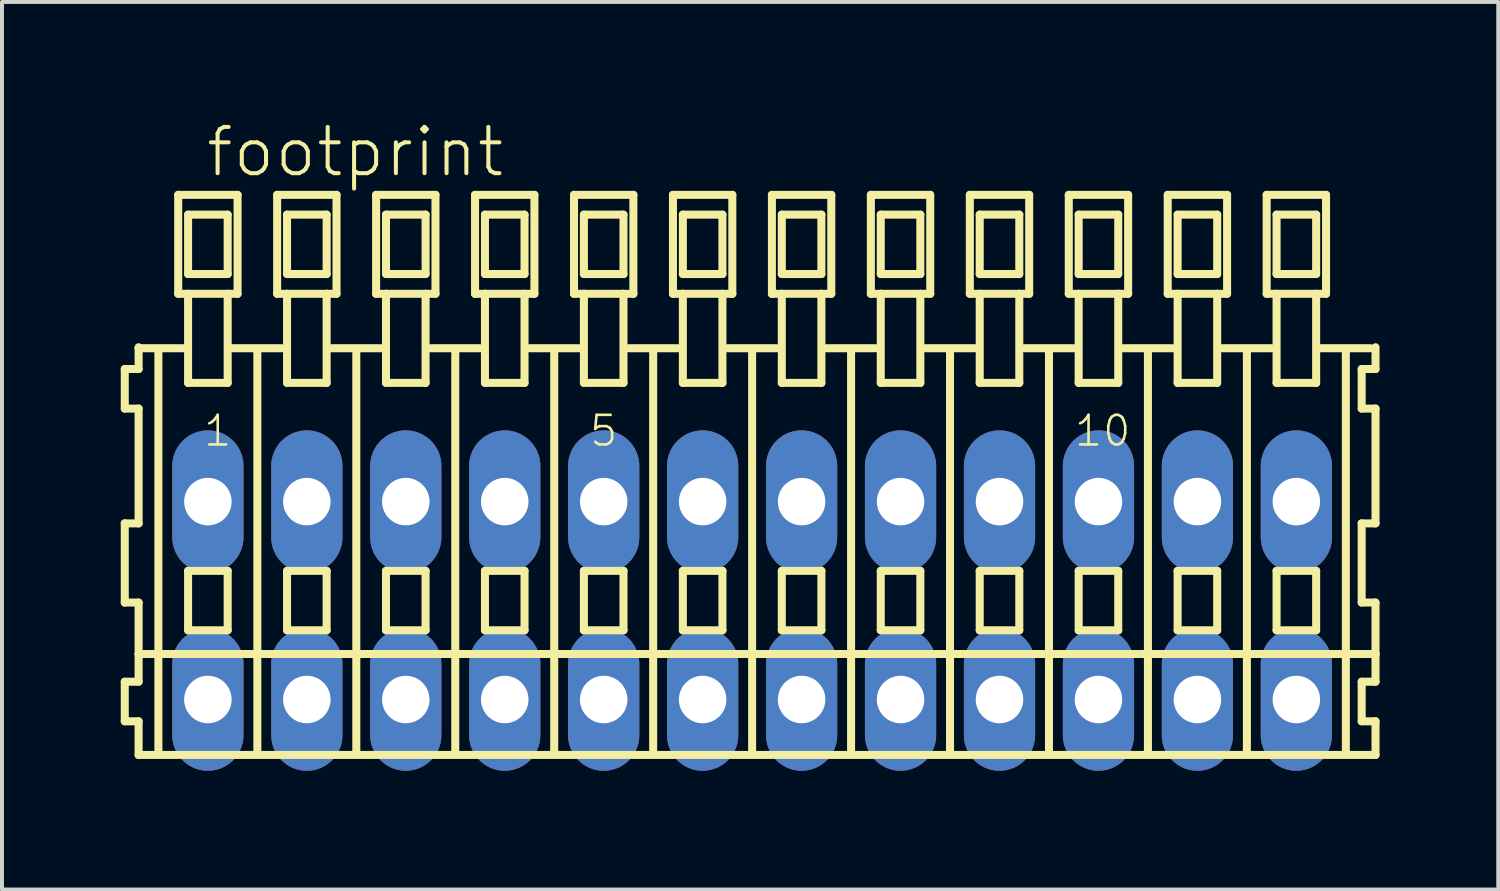
<source format=kicad_pcb>
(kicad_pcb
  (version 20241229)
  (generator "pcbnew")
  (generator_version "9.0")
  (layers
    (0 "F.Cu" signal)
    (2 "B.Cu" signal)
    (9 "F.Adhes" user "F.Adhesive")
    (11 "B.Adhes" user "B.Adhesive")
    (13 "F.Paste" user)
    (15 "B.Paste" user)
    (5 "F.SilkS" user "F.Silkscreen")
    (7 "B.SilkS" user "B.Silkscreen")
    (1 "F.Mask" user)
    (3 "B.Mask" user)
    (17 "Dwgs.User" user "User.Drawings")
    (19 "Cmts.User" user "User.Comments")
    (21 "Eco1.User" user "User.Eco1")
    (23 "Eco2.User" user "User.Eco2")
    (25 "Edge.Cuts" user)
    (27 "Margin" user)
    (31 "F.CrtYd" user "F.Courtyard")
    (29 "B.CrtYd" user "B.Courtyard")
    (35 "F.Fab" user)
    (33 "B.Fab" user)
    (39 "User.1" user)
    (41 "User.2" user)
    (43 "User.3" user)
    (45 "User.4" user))
  (footprint "footprint"
    (layer "F.Cu")
    (at 15.952 12.123)
    (property "Reference" "footprint" (at -13.85 -10.65 0) (layer "F.SilkS") (effects (font (size 1.168 1.168) (thickness 0.102)) (justify left bottom)))
    (fp_line (start -15.85 -5.85) (end -15.85 -4.85) (stroke (width 0.203) (type solid)) (layer "F.SilkS"))
    (fp_line (start -15.85 -4.85) (end -15.5 -4.85) (stroke (width 0.203) (type solid)) (layer "F.SilkS"))
    (fp_line (start -15.85 -1.95) (end -15.85 0.05) (stroke (width 0.203) (type solid)) (layer "F.SilkS"))
    (fp_line (start -15.85 0.05) (end -15.5 0.05) (stroke (width 0.203) (type solid)) (layer "F.SilkS"))
    (fp_line (start -15.85 2.05) (end -15.85 3.05) (stroke (width 0.203) (type solid)) (layer "F.SilkS"))
    (fp_line (start -15.85 3.05) (end -15.5 3.05) (stroke (width 0.203) (type solid)) (layer "F.SilkS"))
    (fp_line (start -15.5 -6.4) (end -15.5 -6.375) (stroke (width 0.203) (type solid)) (layer "F.SilkS"))
    (fp_line (start -15.5 -6.375) (end -15.5 -5.85) (stroke (width 0.203) (type solid)) (layer "F.SilkS"))
    (fp_line (start -15.5 -6.375) (end -14.375 -6.375) (stroke (width 0.203) (type solid)) (layer "F.SilkS"))
    (fp_line (start -15.5 -5.85) (end -15.85 -5.85) (stroke (width 0.203) (type solid)) (layer "F.SilkS"))
    (fp_line (start -15.5 -4.85) (end -15.5 -1.95) (stroke (width 0.203) (type solid)) (layer "F.SilkS"))
    (fp_line (start -15.5 -1.95) (end -15.85 -1.95) (stroke (width 0.203) (type solid)) (layer "F.SilkS"))
    (fp_line (start -15.5 0.05) (end -15.5 1.35) (stroke (width 0.203) (type solid)) (layer "F.SilkS"))
    (fp_line (start -15.5 1.35) (end -15.5 2.05) (stroke (width 0.203) (type solid)) (layer "F.SilkS"))
    (fp_line (start -15.5 1.35) (end 15.75 1.35) (stroke (width 0.203) (type solid)) (layer "F.SilkS"))
    (fp_line (start -15.5 2.05) (end -15.85 2.05) (stroke (width 0.203) (type solid)) (layer "F.SilkS"))
    (fp_line (start -15.5 3.05) (end -15.5 3.9) (stroke (width 0.203) (type solid)) (layer "F.SilkS"))
    (fp_line (start -15.5 3.9) (end 15.75 3.9) (stroke (width 0.203) (type solid)) (layer "F.SilkS"))
    (fp_line (start -15 -6.35) (end -15 3.8) (stroke (width 0.203) (type solid)) (layer "F.SilkS"))
    (fp_line (start -14.5 -10.25) (end -14.5 -7.75) (stroke (width 0.203) (type solid)) (layer "F.SilkS"))
    (fp_line (start -14.5 -7.75) (end -14.25 -7.75) (stroke (width 0.203) (type solid)) (layer "F.SilkS"))
    (fp_line (start -14.25 -9.75) (end -14.25 -8.25) (stroke (width 0.203) (type solid)) (layer "F.SilkS"))
    (fp_line (start -14.25 -8.25) (end -13.25 -8.25) (stroke (width 0.203) (type solid)) (layer "F.SilkS"))
    (fp_line (start -14.25 -7.75) (end -14.25 -5.5) (stroke (width 0.203) (type solid)) (layer "F.SilkS"))
    (fp_line (start -14.25 -7.75) (end -13.25 -7.75) (stroke (width 0.203) (type solid)) (layer "F.SilkS"))
    (fp_line (start -14.25 -5.5) (end -13.25 -5.5) (stroke (width 0.203) (type solid)) (layer "F.SilkS"))
    (fp_line (start -14.25 -0.75) (end -14.25 0.75) (stroke (width 0.203) (type solid)) (layer "F.SilkS"))
    (fp_line (start -14.25 0.75) (end -13.25 0.75) (stroke (width 0.203) (type solid)) (layer "F.SilkS"))
    (fp_line (start -13.25 -9.75) (end -14.25 -9.75) (stroke (width 0.203) (type solid)) (layer "F.SilkS"))
    (fp_line (start -13.25 -8.25) (end -13.25 -9.75) (stroke (width 0.203) (type solid)) (layer "F.SilkS"))
    (fp_line (start -13.25 -7.75) (end -13 -7.75) (stroke (width 0.203) (type solid)) (layer "F.SilkS"))
    (fp_line (start -13.25 -5.5) (end -13.25 -7.75) (stroke (width 0.203) (type solid)) (layer "F.SilkS"))
    (fp_line (start -13.25 -0.75) (end -14.25 -0.75) (stroke (width 0.203) (type solid)) (layer "F.SilkS"))
    (fp_line (start -13.25 0.75) (end -13.25 -0.75) (stroke (width 0.203) (type solid)) (layer "F.SilkS"))
    (fp_line (start -13.125 -6.375) (end -11.875 -6.375) (stroke (width 0.203) (type solid)) (layer "F.SilkS"))
    (fp_line (start -13 -10.25) (end -14.5 -10.25) (stroke (width 0.203) (type solid)) (layer "F.SilkS"))
    (fp_line (start -13 -7.75) (end -13 -10.25) (stroke (width 0.203) (type solid)) (layer "F.SilkS"))
    (fp_line (start -12.5 -6.35) (end -12.5 3.8) (stroke (width 0.203) (type solid)) (layer "F.SilkS"))
    (fp_line (start -12 -10.25) (end -12 -7.75) (stroke (width 0.203) (type solid)) (layer "F.SilkS"))
    (fp_line (start -12 -7.75) (end -11.75 -7.75) (stroke (width 0.203) (type solid)) (layer "F.SilkS"))
    (fp_line (start -11.75 -9.75) (end -11.75 -8.25) (stroke (width 0.203) (type solid)) (layer "F.SilkS"))
    (fp_line (start -11.75 -8.25) (end -10.75 -8.25) (stroke (width 0.203) (type solid)) (layer "F.SilkS"))
    (fp_line (start -11.75 -7.75) (end -11.75 -5.5) (stroke (width 0.203) (type solid)) (layer "F.SilkS"))
    (fp_line (start -11.75 -7.75) (end -10.75 -7.75) (stroke (width 0.203) (type solid)) (layer "F.SilkS"))
    (fp_line (start -11.75 -5.5) (end -10.75 -5.5) (stroke (width 0.203) (type solid)) (layer "F.SilkS"))
    (fp_line (start -11.75 -0.75) (end -11.75 0.75) (stroke (width 0.203) (type solid)) (layer "F.SilkS"))
    (fp_line (start -11.75 0.75) (end -10.75 0.75) (stroke (width 0.203) (type solid)) (layer "F.SilkS"))
    (fp_line (start -10.75 -9.75) (end -11.75 -9.75) (stroke (width 0.203) (type solid)) (layer "F.SilkS"))
    (fp_line (start -10.75 -8.25) (end -10.75 -9.75) (stroke (width 0.203) (type solid)) (layer "F.SilkS"))
    (fp_line (start -10.75 -7.75) (end -10.5 -7.75) (stroke (width 0.203) (type solid)) (layer "F.SilkS"))
    (fp_line (start -10.75 -5.5) (end -10.75 -7.75) (stroke (width 0.203) (type solid)) (layer "F.SilkS"))
    (fp_line (start -10.75 -0.75) (end -11.75 -0.75) (stroke (width 0.203) (type solid)) (layer "F.SilkS"))
    (fp_line (start -10.75 0.75) (end -10.75 -0.75) (stroke (width 0.203) (type solid)) (layer "F.SilkS"))
    (fp_line (start -10.625 -6.375) (end -9.375 -6.375) (stroke (width 0.203) (type solid)) (layer "F.SilkS"))
    (fp_line (start -10.5 -10.25) (end -12 -10.25) (stroke (width 0.203) (type solid)) (layer "F.SilkS"))
    (fp_line (start -10.5 -7.75) (end -10.5 -10.25) (stroke (width 0.203) (type solid)) (layer "F.SilkS"))
    (fp_line (start -10 -6.35) (end -10 3.8) (stroke (width 0.203) (type solid)) (layer "F.SilkS"))
    (fp_line (start -9.5 -10.25) (end -9.5 -7.75) (stroke (width 0.203) (type solid)) (layer "F.SilkS"))
    (fp_line (start -9.5 -7.75) (end -9.25 -7.75) (stroke (width 0.203) (type solid)) (layer "F.SilkS"))
    (fp_line (start -9.25 -9.75) (end -9.25 -8.25) (stroke (width 0.203) (type solid)) (layer "F.SilkS"))
    (fp_line (start -9.25 -8.25) (end -8.25 -8.25) (stroke (width 0.203) (type solid)) (layer "F.SilkS"))
    (fp_line (start -9.25 -7.75) (end -9.25 -5.5) (stroke (width 0.203) (type solid)) (layer "F.SilkS"))
    (fp_line (start -9.25 -7.75) (end -8.25 -7.75) (stroke (width 0.203) (type solid)) (layer "F.SilkS"))
    (fp_line (start -9.25 -5.5) (end -8.25 -5.5) (stroke (width 0.203) (type solid)) (layer "F.SilkS"))
    (fp_line (start -9.25 -0.75) (end -9.25 0.75) (stroke (width 0.203) (type solid)) (layer "F.SilkS"))
    (fp_line (start -9.25 0.75) (end -8.25 0.75) (stroke (width 0.203) (type solid)) (layer "F.SilkS"))
    (fp_line (start -8.25 -9.75) (end -9.25 -9.75) (stroke (width 0.203) (type solid)) (layer "F.SilkS"))
    (fp_line (start -8.25 -8.25) (end -8.25 -9.75) (stroke (width 0.203) (type solid)) (layer "F.SilkS"))
    (fp_line (start -8.25 -7.75) (end -8 -7.75) (stroke (width 0.203) (type solid)) (layer "F.SilkS"))
    (fp_line (start -8.25 -5.5) (end -8.25 -7.75) (stroke (width 0.203) (type solid)) (layer "F.SilkS"))
    (fp_line (start -8.25 -0.75) (end -9.25 -0.75) (stroke (width 0.203) (type solid)) (layer "F.SilkS"))
    (fp_line (start -8.25 0.75) (end -8.25 -0.75) (stroke (width 0.203) (type solid)) (layer "F.SilkS"))
    (fp_line (start -8.125 -6.375) (end -6.875 -6.375) (stroke (width 0.203) (type solid)) (layer "F.SilkS"))
    (fp_line (start -8 -10.25) (end -9.5 -10.25) (stroke (width 0.203) (type solid)) (layer "F.SilkS"))
    (fp_line (start -8 -7.75) (end -8 -10.25) (stroke (width 0.203) (type solid)) (layer "F.SilkS"))
    (fp_line (start -7.5 -6.35) (end -7.5 3.8) (stroke (width 0.203) (type solid)) (layer "F.SilkS"))
    (fp_line (start -7 -10.25) (end -7 -7.75) (stroke (width 0.203) (type solid)) (layer "F.SilkS"))
    (fp_line (start -7 -7.75) (end -6.75 -7.75) (stroke (width 0.203) (type solid)) (layer "F.SilkS"))
    (fp_line (start -6.75 -9.75) (end -6.75 -8.25) (stroke (width 0.203) (type solid)) (layer "F.SilkS"))
    (fp_line (start -6.75 -8.25) (end -5.75 -8.25) (stroke (width 0.203) (type solid)) (layer "F.SilkS"))
    (fp_line (start -6.75 -7.75) (end -6.75 -5.5) (stroke (width 0.203) (type solid)) (layer "F.SilkS"))
    (fp_line (start -6.75 -7.75) (end -5.75 -7.75) (stroke (width 0.203) (type solid)) (layer "F.SilkS"))
    (fp_line (start -6.75 -5.5) (end -5.75 -5.5) (stroke (width 0.203) (type solid)) (layer "F.SilkS"))
    (fp_line (start -6.75 -0.75) (end -6.75 0.75) (stroke (width 0.203) (type solid)) (layer "F.SilkS"))
    (fp_line (start -6.75 0.75) (end -5.75 0.75) (stroke (width 0.203) (type solid)) (layer "F.SilkS"))
    (fp_line (start -5.75 -9.75) (end -6.75 -9.75) (stroke (width 0.203) (type solid)) (layer "F.SilkS"))
    (fp_line (start -5.75 -8.25) (end -5.75 -9.75) (stroke (width 0.203) (type solid)) (layer "F.SilkS"))
    (fp_line (start -5.75 -7.75) (end -5.5 -7.75) (stroke (width 0.203) (type solid)) (layer "F.SilkS"))
    (fp_line (start -5.75 -5.5) (end -5.75 -7.75) (stroke (width 0.203) (type solid)) (layer "F.SilkS"))
    (fp_line (start -5.75 -0.75) (end -6.75 -0.75) (stroke (width 0.203) (type solid)) (layer "F.SilkS"))
    (fp_line (start -5.75 0.75) (end -5.75 -0.75) (stroke (width 0.203) (type solid)) (layer "F.SilkS"))
    (fp_line (start -5.625 -6.375) (end -4.375 -6.375) (stroke (width 0.203) (type solid)) (layer "F.SilkS"))
    (fp_line (start -5.5 -10.25) (end -7 -10.25) (stroke (width 0.203) (type solid)) (layer "F.SilkS"))
    (fp_line (start -5.5 -7.75) (end -5.5 -10.25) (stroke (width 0.203) (type solid)) (layer "F.SilkS"))
    (fp_line (start -5 -6.35) (end -5 3.8) (stroke (width 0.203) (type solid)) (layer "F.SilkS"))
    (fp_line (start -4.5 -10.25) (end -4.5 -7.75) (stroke (width 0.203) (type solid)) (layer "F.SilkS"))
    (fp_line (start -4.5 -7.75) (end -4.25 -7.75) (stroke (width 0.203) (type solid)) (layer "F.SilkS"))
    (fp_line (start -4.25 -9.75) (end -4.25 -8.25) (stroke (width 0.203) (type solid)) (layer "F.SilkS"))
    (fp_line (start -4.25 -8.25) (end -3.25 -8.25) (stroke (width 0.203) (type solid)) (layer "F.SilkS"))
    (fp_line (start -4.25 -7.75) (end -4.25 -5.5) (stroke (width 0.203) (type solid)) (layer "F.SilkS"))
    (fp_line (start -4.25 -7.75) (end -3.25 -7.75) (stroke (width 0.203) (type solid)) (layer "F.SilkS"))
    (fp_line (start -4.25 -5.5) (end -3.25 -5.5) (stroke (width 0.203) (type solid)) (layer "F.SilkS"))
    (fp_line (start -4.25 -0.75) (end -4.25 0.75) (stroke (width 0.203) (type solid)) (layer "F.SilkS"))
    (fp_line (start -4.25 0.75) (end -3.25 0.75) (stroke (width 0.203) (type solid)) (layer "F.SilkS"))
    (fp_line (start -3.25 -9.75) (end -4.25 -9.75) (stroke (width 0.203) (type solid)) (layer "F.SilkS"))
    (fp_line (start -3.25 -8.25) (end -3.25 -9.75) (stroke (width 0.203) (type solid)) (layer "F.SilkS"))
    (fp_line (start -3.25 -7.75) (end -3 -7.75) (stroke (width 0.203) (type solid)) (layer "F.SilkS"))
    (fp_line (start -3.25 -5.5) (end -3.25 -7.75) (stroke (width 0.203) (type solid)) (layer "F.SilkS"))
    (fp_line (start -3.25 -0.75) (end -4.25 -0.75) (stroke (width 0.203) (type solid)) (layer "F.SilkS"))
    (fp_line (start -3.25 0.75) (end -3.25 -0.75) (stroke (width 0.203) (type solid)) (layer "F.SilkS"))
    (fp_line (start -3.125 -6.375) (end -1.875 -6.375) (stroke (width 0.203) (type solid)) (layer "F.SilkS"))
    (fp_line (start -3 -10.25) (end -4.5 -10.25) (stroke (width 0.203) (type solid)) (layer "F.SilkS"))
    (fp_line (start -3 -7.75) (end -3 -10.25) (stroke (width 0.203) (type solid)) (layer "F.SilkS"))
    (fp_line (start -2.5 -6.35) (end -2.5 3.8) (stroke (width 0.203) (type solid)) (layer "F.SilkS"))
    (fp_line (start -2 -10.25) (end -2 -7.75) (stroke (width 0.203) (type solid)) (layer "F.SilkS"))
    (fp_line (start -2 -7.75) (end -1.75 -7.75) (stroke (width 0.203) (type solid)) (layer "F.SilkS"))
    (fp_line (start -1.75 -9.75) (end -1.75 -8.25) (stroke (width 0.203) (type solid)) (layer "F.SilkS"))
    (fp_line (start -1.75 -8.25) (end -0.75 -8.25) (stroke (width 0.203) (type solid)) (layer "F.SilkS"))
    (fp_line (start -1.75 -7.75) (end -1.75 -5.5) (stroke (width 0.203) (type solid)) (layer "F.SilkS"))
    (fp_line (start -1.75 -7.75) (end -0.75 -7.75) (stroke (width 0.203) (type solid)) (layer "F.SilkS"))
    (fp_line (start -1.75 -5.5) (end -0.75 -5.5) (stroke (width 0.203) (type solid)) (layer "F.SilkS"))
    (fp_line (start -1.75 -0.75) (end -1.75 0.75) (stroke (width 0.203) (type solid)) (layer "F.SilkS"))
    (fp_line (start -1.75 0.75) (end -0.75 0.75) (stroke (width 0.203) (type solid)) (layer "F.SilkS"))
    (fp_line (start -0.75 -9.75) (end -1.75 -9.75) (stroke (width 0.203) (type solid)) (layer "F.SilkS"))
    (fp_line (start -0.75 -8.25) (end -0.75 -9.75) (stroke (width 0.203) (type solid)) (layer "F.SilkS"))
    (fp_line (start -0.75 -7.75) (end -0.5 -7.75) (stroke (width 0.203) (type solid)) (layer "F.SilkS"))
    (fp_line (start -0.75 -5.5) (end -0.75 -7.75) (stroke (width 0.203) (type solid)) (layer "F.SilkS"))
    (fp_line (start -0.75 -0.75) (end -1.75 -0.75) (stroke (width 0.203) (type solid)) (layer "F.SilkS"))
    (fp_line (start -0.75 0.75) (end -0.75 -0.75) (stroke (width 0.203) (type solid)) (layer "F.SilkS"))
    (fp_line (start -0.625 -6.375) (end 0.625 -6.375) (stroke (width 0.203) (type solid)) (layer "F.SilkS"))
    (fp_line (start -0.5 -10.25) (end -2 -10.25) (stroke (width 0.203) (type solid)) (layer "F.SilkS"))
    (fp_line (start -0.5 -7.75) (end -0.5 -10.25) (stroke (width 0.203) (type solid)) (layer "F.SilkS"))
    (fp_line (start 0 -6.35) (end 0 3.8) (stroke (width 0.203) (type solid)) (layer "F.SilkS"))
    (fp_line (start 0.5 -10.25) (end 0.5 -7.75) (stroke (width 0.203) (type solid)) (layer "F.SilkS"))
    (fp_line (start 0.5 -7.75) (end 0.75 -7.75) (stroke (width 0.203) (type solid)) (layer "F.SilkS"))
    (fp_line (start 0.75 -9.75) (end 0.75 -8.25) (stroke (width 0.203) (type solid)) (layer "F.SilkS"))
    (fp_line (start 0.75 -8.25) (end 1.75 -8.25) (stroke (width 0.203) (type solid)) (layer "F.SilkS"))
    (fp_line (start 0.75 -7.75) (end 0.75 -5.5) (stroke (width 0.203) (type solid)) (layer "F.SilkS"))
    (fp_line (start 0.75 -7.75) (end 1.75 -7.75) (stroke (width 0.203) (type solid)) (layer "F.SilkS"))
    (fp_line (start 0.75 -5.5) (end 1.75 -5.5) (stroke (width 0.203) (type solid)) (layer "F.SilkS"))
    (fp_line (start 0.75 -0.75) (end 0.75 0.75) (stroke (width 0.203) (type solid)) (layer "F.SilkS"))
    (fp_line (start 0.75 0.75) (end 1.75 0.75) (stroke (width 0.203) (type solid)) (layer "F.SilkS"))
    (fp_line (start 1.75 -9.75) (end 0.75 -9.75) (stroke (width 0.203) (type solid)) (layer "F.SilkS"))
    (fp_line (start 1.75 -8.25) (end 1.75 -9.75) (stroke (width 0.203) (type solid)) (layer "F.SilkS"))
    (fp_line (start 1.75 -7.75) (end 2 -7.75) (stroke (width 0.203) (type solid)) (layer "F.SilkS"))
    (fp_line (start 1.75 -5.5) (end 1.75 -7.75) (stroke (width 0.203) (type solid)) (layer "F.SilkS"))
    (fp_line (start 1.75 -0.75) (end 0.75 -0.75) (stroke (width 0.203) (type solid)) (layer "F.SilkS"))
    (fp_line (start 1.75 0.75) (end 1.75 -0.75) (stroke (width 0.203) (type solid)) (layer "F.SilkS"))
    (fp_line (start 1.875 -6.375) (end 3.125 -6.375) (stroke (width 0.203) (type solid)) (layer "F.SilkS"))
    (fp_line (start 2 -10.25) (end 0.5 -10.25) (stroke (width 0.203) (type solid)) (layer "F.SilkS"))
    (fp_line (start 2 -7.75) (end 2 -10.25) (stroke (width 0.203) (type solid)) (layer "F.SilkS"))
    (fp_line (start 2.5 -6.35) (end 2.5 3.8) (stroke (width 0.203) (type solid)) (layer "F.SilkS"))
    (fp_line (start 3 -10.25) (end 3 -7.75) (stroke (width 0.203) (type solid)) (layer "F.SilkS"))
    (fp_line (start 3 -7.75) (end 3.25 -7.75) (stroke (width 0.203) (type solid)) (layer "F.SilkS"))
    (fp_line (start 3.25 -9.75) (end 3.25 -8.25) (stroke (width 0.203) (type solid)) (layer "F.SilkS"))
    (fp_line (start 3.25 -8.25) (end 4.25 -8.25) (stroke (width 0.203) (type solid)) (layer "F.SilkS"))
    (fp_line (start 3.25 -7.75) (end 3.25 -5.5) (stroke (width 0.203) (type solid)) (layer "F.SilkS"))
    (fp_line (start 3.25 -7.75) (end 4.25 -7.75) (stroke (width 0.203) (type solid)) (layer "F.SilkS"))
    (fp_line (start 3.25 -5.5) (end 4.25 -5.5) (stroke (width 0.203) (type solid)) (layer "F.SilkS"))
    (fp_line (start 3.25 -0.75) (end 3.25 0.75) (stroke (width 0.203) (type solid)) (layer "F.SilkS"))
    (fp_line (start 3.25 0.75) (end 4.25 0.75) (stroke (width 0.203) (type solid)) (layer "F.SilkS"))
    (fp_line (start 4.25 -9.75) (end 3.25 -9.75) (stroke (width 0.203) (type solid)) (layer "F.SilkS"))
    (fp_line (start 4.25 -8.25) (end 4.25 -9.75) (stroke (width 0.203) (type solid)) (layer "F.SilkS"))
    (fp_line (start 4.25 -7.75) (end 4.5 -7.75) (stroke (width 0.203) (type solid)) (layer "F.SilkS"))
    (fp_line (start 4.25 -5.5) (end 4.25 -7.75) (stroke (width 0.203) (type solid)) (layer "F.SilkS"))
    (fp_line (start 4.25 -0.75) (end 3.25 -0.75) (stroke (width 0.203) (type solid)) (layer "F.SilkS"))
    (fp_line (start 4.25 0.75) (end 4.25 -0.75) (stroke (width 0.203) (type solid)) (layer "F.SilkS"))
    (fp_line (start 4.375 -6.375) (end 5.625 -6.375) (stroke (width 0.203) (type solid)) (layer "F.SilkS"))
    (fp_line (start 4.5 -10.25) (end 3 -10.25) (stroke (width 0.203) (type solid)) (layer "F.SilkS"))
    (fp_line (start 4.5 -7.75) (end 4.5 -10.25) (stroke (width 0.203) (type solid)) (layer "F.SilkS"))
    (fp_line (start 5 -6.35) (end 5 3.8) (stroke (width 0.203) (type solid)) (layer "F.SilkS"))
    (fp_line (start 5.5 -10.25) (end 5.5 -7.75) (stroke (width 0.203) (type solid)) (layer "F.SilkS"))
    (fp_line (start 5.5 -7.75) (end 5.75 -7.75) (stroke (width 0.203) (type solid)) (layer "F.SilkS"))
    (fp_line (start 5.75 -9.75) (end 5.75 -8.25) (stroke (width 0.203) (type solid)) (layer "F.SilkS"))
    (fp_line (start 5.75 -8.25) (end 6.75 -8.25) (stroke (width 0.203) (type solid)) (layer "F.SilkS"))
    (fp_line (start 5.75 -7.75) (end 5.75 -5.5) (stroke (width 0.203) (type solid)) (layer "F.SilkS"))
    (fp_line (start 5.75 -7.75) (end 6.75 -7.75) (stroke (width 0.203) (type solid)) (layer "F.SilkS"))
    (fp_line (start 5.75 -5.5) (end 6.75 -5.5) (stroke (width 0.203) (type solid)) (layer "F.SilkS"))
    (fp_line (start 5.75 -0.75) (end 5.75 0.75) (stroke (width 0.203) (type solid)) (layer "F.SilkS"))
    (fp_line (start 5.75 0.75) (end 6.75 0.75) (stroke (width 0.203) (type solid)) (layer "F.SilkS"))
    (fp_line (start 6.75 -9.75) (end 5.75 -9.75) (stroke (width 0.203) (type solid)) (layer "F.SilkS"))
    (fp_line (start 6.75 -8.25) (end 6.75 -9.75) (stroke (width 0.203) (type solid)) (layer "F.SilkS"))
    (fp_line (start 6.75 -7.75) (end 7 -7.75) (stroke (width 0.203) (type solid)) (layer "F.SilkS"))
    (fp_line (start 6.75 -5.5) (end 6.75 -7.75) (stroke (width 0.203) (type solid)) (layer "F.SilkS"))
    (fp_line (start 6.75 -0.75) (end 5.75 -0.75) (stroke (width 0.203) (type solid)) (layer "F.SilkS"))
    (fp_line (start 6.75 0.75) (end 6.75 -0.75) (stroke (width 0.203) (type solid)) (layer "F.SilkS"))
    (fp_line (start 6.875 -6.375) (end 8.125 -6.375) (stroke (width 0.203) (type solid)) (layer "F.SilkS"))
    (fp_line (start 7 -10.25) (end 5.5 -10.25) (stroke (width 0.203) (type solid)) (layer "F.SilkS"))
    (fp_line (start 7 -7.75) (end 7 -10.25) (stroke (width 0.203) (type solid)) (layer "F.SilkS"))
    (fp_line (start 7.5 -6.35) (end 7.5 3.8) (stroke (width 0.203) (type solid)) (layer "F.SilkS"))
    (fp_line (start 8 -10.25) (end 8 -7.75) (stroke (width 0.203) (type solid)) (layer "F.SilkS"))
    (fp_line (start 8 -7.75) (end 8.25 -7.75) (stroke (width 0.203) (type solid)) (layer "F.SilkS"))
    (fp_line (start 8.25 -9.75) (end 8.25 -8.25) (stroke (width 0.203) (type solid)) (layer "F.SilkS"))
    (fp_line (start 8.25 -8.25) (end 9.25 -8.25) (stroke (width 0.203) (type solid)) (layer "F.SilkS"))
    (fp_line (start 8.25 -7.75) (end 8.25 -5.5) (stroke (width 0.203) (type solid)) (layer "F.SilkS"))
    (fp_line (start 8.25 -7.75) (end 9.25 -7.75) (stroke (width 0.203) (type solid)) (layer "F.SilkS"))
    (fp_line (start 8.25 -5.5) (end 9.25 -5.5) (stroke (width 0.203) (type solid)) (layer "F.SilkS"))
    (fp_line (start 8.25 -0.75) (end 8.25 0.75) (stroke (width 0.203) (type solid)) (layer "F.SilkS"))
    (fp_line (start 8.25 0.75) (end 9.25 0.75) (stroke (width 0.203) (type solid)) (layer "F.SilkS"))
    (fp_line (start 9.25 -9.75) (end 8.25 -9.75) (stroke (width 0.203) (type solid)) (layer "F.SilkS"))
    (fp_line (start 9.25 -8.25) (end 9.25 -9.75) (stroke (width 0.203) (type solid)) (layer "F.SilkS"))
    (fp_line (start 9.25 -7.75) (end 9.5 -7.75) (stroke (width 0.203) (type solid)) (layer "F.SilkS"))
    (fp_line (start 9.25 -5.5) (end 9.25 -7.75) (stroke (width 0.203) (type solid)) (layer "F.SilkS"))
    (fp_line (start 9.25 -0.75) (end 8.25 -0.75) (stroke (width 0.203) (type solid)) (layer "F.SilkS"))
    (fp_line (start 9.25 0.75) (end 9.25 -0.75) (stroke (width 0.203) (type solid)) (layer "F.SilkS"))
    (fp_line (start 9.375 -6.375) (end 10.625 -6.375) (stroke (width 0.203) (type solid)) (layer "F.SilkS"))
    (fp_line (start 9.5 -10.25) (end 8 -10.25) (stroke (width 0.203) (type solid)) (layer "F.SilkS"))
    (fp_line (start 9.5 -7.75) (end 9.5 -10.25) (stroke (width 0.203) (type solid)) (layer "F.SilkS"))
    (fp_line (start 10 -6.35) (end 10 3.8) (stroke (width 0.203) (type solid)) (layer "F.SilkS"))
    (fp_line (start 10.5 -10.25) (end 10.5 -7.75) (stroke (width 0.203) (type solid)) (layer "F.SilkS"))
    (fp_line (start 10.5 -7.75) (end 10.75 -7.75) (stroke (width 0.203) (type solid)) (layer "F.SilkS"))
    (fp_line (start 10.75 -9.75) (end 10.75 -8.25) (stroke (width 0.203) (type solid)) (layer "F.SilkS"))
    (fp_line (start 10.75 -8.25) (end 11.75 -8.25) (stroke (width 0.203) (type solid)) (layer "F.SilkS"))
    (fp_line (start 10.75 -7.75) (end 10.75 -5.5) (stroke (width 0.203) (type solid)) (layer "F.SilkS"))
    (fp_line (start 10.75 -7.75) (end 11.75 -7.75) (stroke (width 0.203) (type solid)) (layer "F.SilkS"))
    (fp_line (start 10.75 -5.5) (end 11.75 -5.5) (stroke (width 0.203) (type solid)) (layer "F.SilkS"))
    (fp_line (start 10.75 -0.75) (end 10.75 0.75) (stroke (width 0.203) (type solid)) (layer "F.SilkS"))
    (fp_line (start 10.75 0.75) (end 11.75 0.75) (stroke (width 0.203) (type solid)) (layer "F.SilkS"))
    (fp_line (start 11.75 -9.75) (end 10.75 -9.75) (stroke (width 0.203) (type solid)) (layer "F.SilkS"))
    (fp_line (start 11.75 -8.25) (end 11.75 -9.75) (stroke (width 0.203) (type solid)) (layer "F.SilkS"))
    (fp_line (start 11.75 -7.75) (end 12 -7.75) (stroke (width 0.203) (type solid)) (layer "F.SilkS"))
    (fp_line (start 11.75 -5.5) (end 11.75 -7.75) (stroke (width 0.203) (type solid)) (layer "F.SilkS"))
    (fp_line (start 11.75 -0.75) (end 10.75 -0.75) (stroke (width 0.203) (type solid)) (layer "F.SilkS"))
    (fp_line (start 11.75 0.75) (end 11.75 -0.75) (stroke (width 0.203) (type solid)) (layer "F.SilkS"))
    (fp_line (start 11.875 -6.375) (end 13.125 -6.375) (stroke (width 0.203) (type solid)) (layer "F.SilkS"))
    (fp_line (start 12 -10.25) (end 10.5 -10.25) (stroke (width 0.203) (type solid)) (layer "F.SilkS"))
    (fp_line (start 12 -7.75) (end 12 -10.25) (stroke (width 0.203) (type solid)) (layer "F.SilkS"))
    (fp_line (start 12.5 -6.35) (end 12.5 3.8) (stroke (width 0.203) (type solid)) (layer "F.SilkS"))
    (fp_line (start 13 -10.25) (end 13 -7.75) (stroke (width 0.203) (type solid)) (layer "F.SilkS"))
    (fp_line (start 13 -7.75) (end 13.25 -7.75) (stroke (width 0.203) (type solid)) (layer "F.SilkS"))
    (fp_line (start 13.25 -9.75) (end 13.25 -8.25) (stroke (width 0.203) (type solid)) (layer "F.SilkS"))
    (fp_line (start 13.25 -8.25) (end 14.25 -8.25) (stroke (width 0.203) (type solid)) (layer "F.SilkS"))
    (fp_line (start 13.25 -7.75) (end 13.25 -5.5) (stroke (width 0.203) (type solid)) (layer "F.SilkS"))
    (fp_line (start 13.25 -7.75) (end 14.25 -7.75) (stroke (width 0.203) (type solid)) (layer "F.SilkS"))
    (fp_line (start 13.25 -5.5) (end 14.25 -5.5) (stroke (width 0.203) (type solid)) (layer "F.SilkS"))
    (fp_line (start 13.25 -0.75) (end 13.25 0.75) (stroke (width 0.203) (type solid)) (layer "F.SilkS"))
    (fp_line (start 13.25 0.75) (end 14.25 0.75) (stroke (width 0.203) (type solid)) (layer "F.SilkS"))
    (fp_line (start 14.25 -9.75) (end 13.25 -9.75) (stroke (width 0.203) (type solid)) (layer "F.SilkS"))
    (fp_line (start 14.25 -8.25) (end 14.25 -9.75) (stroke (width 0.203) (type solid)) (layer "F.SilkS"))
    (fp_line (start 14.25 -7.75) (end 14.5 -7.75) (stroke (width 0.203) (type solid)) (layer "F.SilkS"))
    (fp_line (start 14.25 -5.5) (end 14.25 -7.75) (stroke (width 0.203) (type solid)) (layer "F.SilkS"))
    (fp_line (start 14.25 -0.75) (end 13.25 -0.75) (stroke (width 0.203) (type solid)) (layer "F.SilkS"))
    (fp_line (start 14.25 0.75) (end 14.25 -0.75) (stroke (width 0.203) (type solid)) (layer "F.SilkS"))
    (fp_line (start 14.375 -6.375) (end 15.625 -6.375) (stroke (width 0.203) (type solid)) (layer "F.SilkS"))
    (fp_line (start 14.5 -10.25) (end 13 -10.25) (stroke (width 0.203) (type solid)) (layer "F.SilkS"))
    (fp_line (start 14.5 -7.75) (end 14.5 -10.25) (stroke (width 0.203) (type solid)) (layer "F.SilkS"))
    (fp_line (start 15 -6.35) (end 15 3.8) (stroke (width 0.203) (type solid)) (layer "F.SilkS"))
    (fp_line (start 15.4 -5.85) (end 15.4 -4.85) (stroke (width 0.203) (type solid)) (layer "F.SilkS"))
    (fp_line (start 15.4 -4.85) (end 15.75 -4.85) (stroke (width 0.203) (type solid)) (layer "F.SilkS"))
    (fp_line (start 15.4 -1.95) (end 15.4 0.05) (stroke (width 0.203) (type solid)) (layer "F.SilkS"))
    (fp_line (start 15.4 0.05) (end 15.75 0.05) (stroke (width 0.203) (type solid)) (layer "F.SilkS"))
    (fp_line (start 15.4 2.05) (end 15.4 3.05) (stroke (width 0.203) (type solid)) (layer "F.SilkS"))
    (fp_line (start 15.4 3.05) (end 15.75 3.05) (stroke (width 0.203) (type solid)) (layer "F.SilkS"))
    (fp_line (start 15.75 -5.85) (end 15.4 -5.85) (stroke (width 0.203) (type solid)) (layer "F.SilkS"))
    (fp_line (start 15.75 -5.85) (end 15.75 -6.4) (stroke (width 0.203) (type solid)) (layer "F.SilkS"))
    (fp_line (start 15.75 -1.95) (end 15.4 -1.95) (stroke (width 0.203) (type solid)) (layer "F.SilkS"))
    (fp_line (start 15.75 -1.95) (end 15.75 -4.85) (stroke (width 0.203) (type solid)) (layer "F.SilkS"))
    (fp_line (start 15.75 1.35) (end 15.75 0.05) (stroke (width 0.203) (type solid)) (layer "F.SilkS"))
    (fp_line (start 15.75 2.05) (end 15.4 2.05) (stroke (width 0.203) (type solid)) (layer "F.SilkS"))
    (fp_line (start 15.75 2.05) (end 15.75 1.35) (stroke (width 0.203) (type solid)) (layer "F.SilkS"))
    (fp_line (start 15.75 3.9) (end 15.75 3.05) (stroke (width 0.203) (type solid)) (layer "F.SilkS"))
    (fp_text user "1" (at -13.9 -3.85 0) (layer "F.SilkS") (effects (font (size 0.748 0.748) (thickness 0.065)) (justify left bottom)))
    (fp_text user "10" (at 8.1 -3.85 0) (layer "F.SilkS") (effects (font (size 0.748 0.748) (thickness 0.065)) (justify left bottom)))
    (fp_text user "5" (at -4.15 -3.85 0) (layer "F.SilkS") (effects (font (size 0.748 0.748) (thickness 0.065)) (justify left bottom)))
    (pad "A1" thru_hole oval (at -13.75 -2.5 90) (size 3.6 1.8) (drill 1.2) (layers "*.Cu" "*.Mask"))
    (pad "A2" thru_hole oval (at -11.25 -2.5 90) (size 3.6 1.8) (drill 1.2) (layers "*.Cu" "*.Mask"))
    (pad "A3" thru_hole oval (at -8.75 -2.5 90) (size 3.6 1.8) (drill 1.2) (layers "*.Cu" "*.Mask"))
    (pad "A4" thru_hole oval (at -6.25 -2.5 90) (size 3.6 1.8) (drill 1.2) (layers "*.Cu" "*.Mask"))
    (pad "A5" thru_hole oval (at -3.75 -2.5 90) (size 3.6 1.8) (drill 1.2) (layers "*.Cu" "*.Mask"))
    (pad "A6" thru_hole oval (at -1.25 -2.5 90) (size 3.6 1.8) (drill 1.2) (layers "*.Cu" "*.Mask"))
    (pad "A7" thru_hole oval (at 1.25 -2.5 90) (size 3.6 1.8) (drill 1.2) (layers "*.Cu" "*.Mask"))
    (pad "A8" thru_hole oval (at 3.75 -2.5 90) (size 3.6 1.8) (drill 1.2) (layers "*.Cu" "*.Mask"))
    (pad "A9" thru_hole oval (at 6.25 -2.5 90) (size 3.6 1.8) (drill 1.2) (layers "*.Cu" "*.Mask"))
    (pad "A10" thru_hole oval (at 8.75 -2.5 90) (size 3.6 1.8) (drill 1.2) (layers "*.Cu" "*.Mask"))
    (pad "A11" thru_hole oval (at 11.25 -2.5 90) (size 3.6 1.8) (drill 1.2) (layers "*.Cu" "*.Mask"))
    (pad "A12" thru_hole oval (at 13.75 -2.5 90) (size 3.6 1.8) (drill 1.2) (layers "*.Cu" "*.Mask"))
    (pad "B1" thru_hole oval (at -13.75 2.5 90) (size 3.6 1.8) (drill 1.2) (layers "*.Cu" "*.Mask"))
    (pad "B2" thru_hole oval (at -11.25 2.5 90) (size 3.6 1.8) (drill 1.2) (layers "*.Cu" "*.Mask"))
    (pad "B3" thru_hole oval (at -8.75 2.5 90) (size 3.6 1.8) (drill 1.2) (layers "*.Cu" "*.Mask"))
    (pad "B4" thru_hole oval (at -6.25 2.5 90) (size 3.6 1.8) (drill 1.2) (layers "*.Cu" "*.Mask"))
    (pad "B5" thru_hole oval (at -3.75 2.5 90) (size 3.6 1.8) (drill 1.2) (layers "*.Cu" "*.Mask"))
    (pad "B6" thru_hole oval (at -1.25 2.5 90) (size 3.6 1.8) (drill 1.2) (layers "*.Cu" "*.Mask"))
    (pad "B7" thru_hole oval (at 1.25 2.5 90) (size 3.6 1.8) (drill 1.2) (layers "*.Cu" "*.Mask"))
    (pad "B8" thru_hole oval (at 3.75 2.5 90) (size 3.6 1.8) (drill 1.2) (layers "*.Cu" "*.Mask"))
    (pad "B9" thru_hole oval (at 6.25 2.5 90) (size 3.6 1.8) (drill 1.2) (layers "*.Cu" "*.Mask"))
    (pad "B10" thru_hole oval (at 8.75 2.5 90) (size 3.6 1.8) (drill 1.2) (layers "*.Cu" "*.Mask"))
    (pad "B11" thru_hole oval (at 11.25 2.5 90) (size 3.6 1.8) (drill 1.2) (layers "*.Cu" "*.Mask"))
    (pad "B12" thru_hole oval (at 13.75 2.5 90) (size 3.6 1.8) (drill 1.2) (layers "*.Cu" "*.Mask")))
  (gr_rect
    (start -3 -3)
    (end 34.803 19.423)
    (stroke (width 0.1) (type default))
    (fill no)
    (layer "Edge.Cuts")))
</source>
